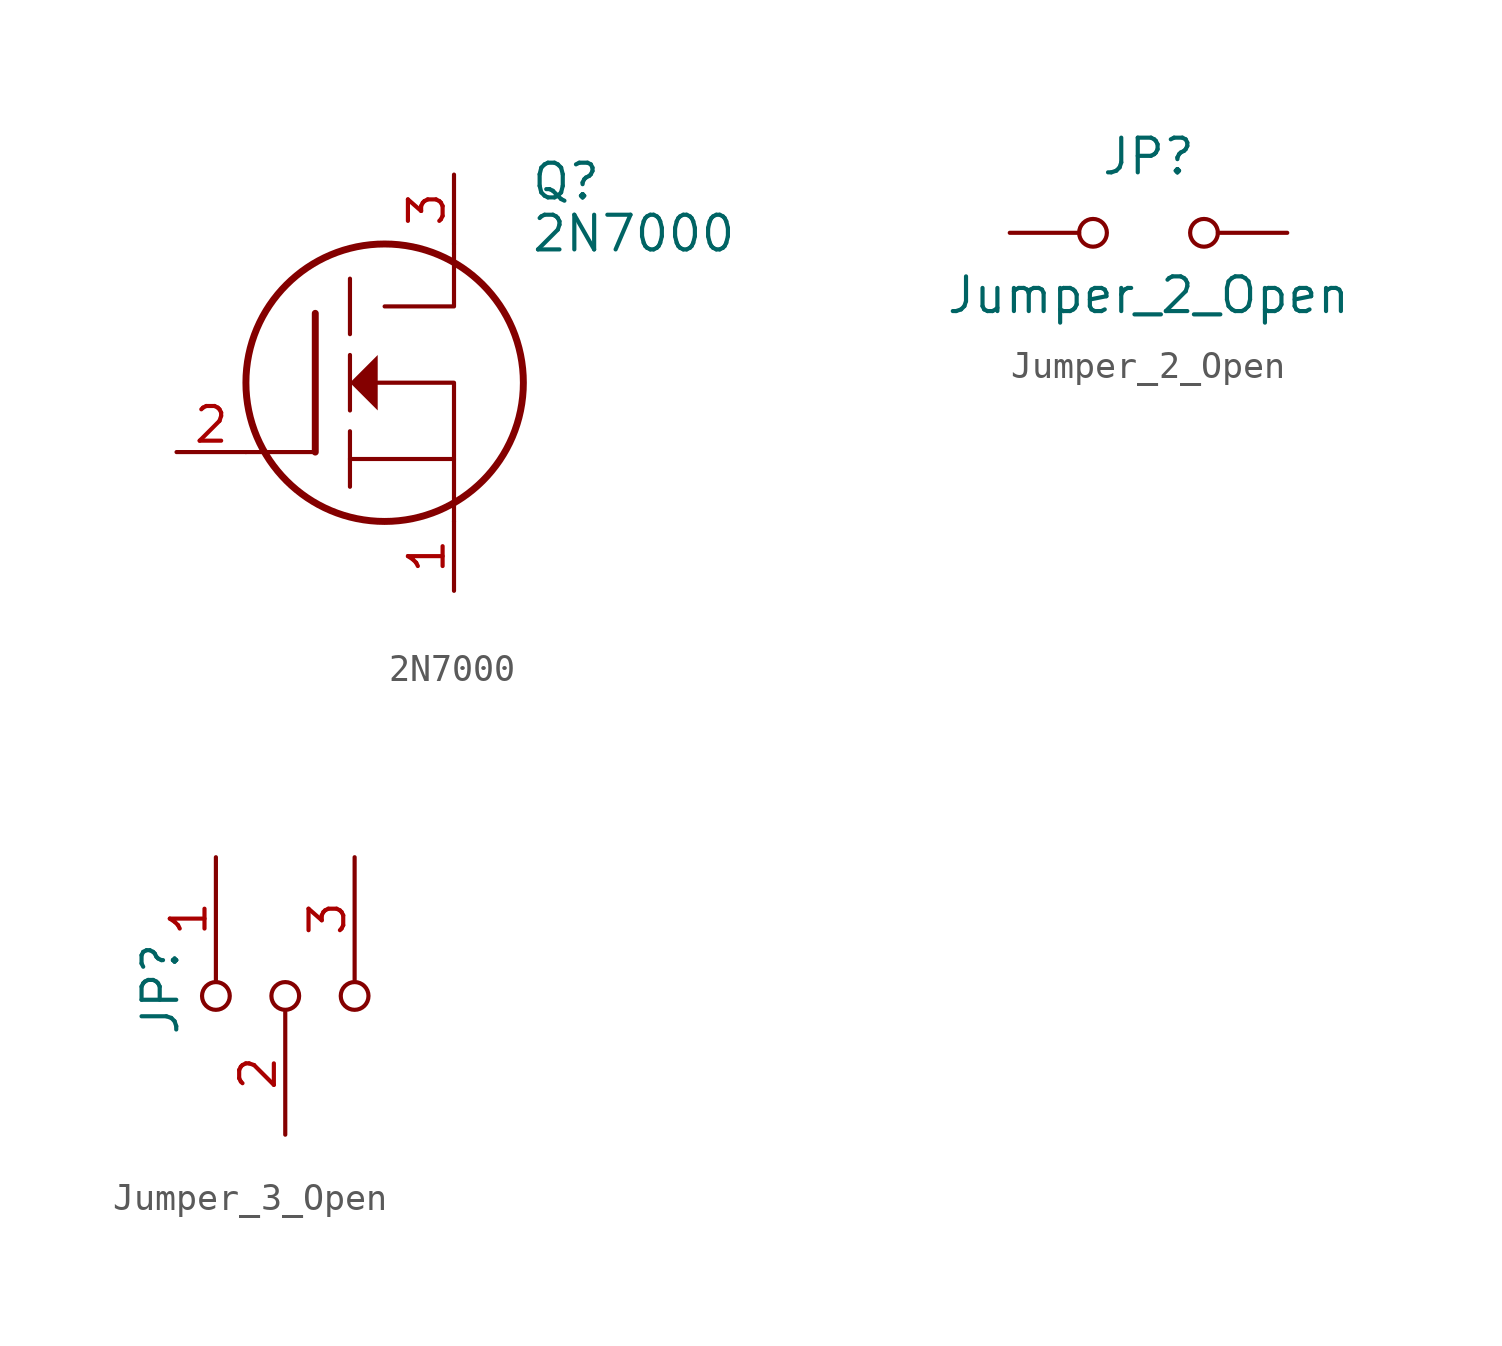
<source format=kicad_sym>
(kicad_symbol_lib
  (version 20240819)
  (generator "kicad_symbol_editor")
  (generator_version "8.99")
  (symbol "2N7000"
    (pin_names
      (hide yes))
    (property "Reference" "Q"
      (at 5.334 7.366 0)
      (effects (font (size 1.27 1.27)) (justify left)))
    (property "Value" "2N7000"
      (at 5.334 5.461 0)
      (effects (font (size 1.27 1.27)) (justify left)))
    (symbol "2N7000_0_1"
      (polyline (pts (xy -2.54 2.54) (xy -2.54 -2.54)) (stroke (width 0.254) (type default)) (fill (type none)))
      (polyline (pts (xy -2.54 -2.54) (xy -5.08 -2.54)) (stroke (width 0) (type default)) (fill (type none)))
      (circle (center 0 0) (radius 5.08) (stroke (width 0.254) (type default)) (fill (type none)))
      (polyline (pts (xy 2.54 5.08) (xy 2.54 2.794) (xy 0 2.794)) (stroke (width 0) (type default)) (fill (type none)))
      (polyline (pts (xy 2.54 -2.794) (xy 2.54 0) (xy -0.254 0)) (stroke (width 0) (type default)) (fill (type none)))
      (polyline (pts (xy 2.54 -5.08) (xy 2.54 -2.794) (xy -1.27 -2.794)) (stroke (width 0) (type default)) (fill (type none))))
    (symbol "2N7000_1_1"
      (polyline (pts (xy -1.27 3.81) (xy -1.27 1.778)) (stroke (width 0) (type default)) (fill (type none)))
      (polyline (pts (xy -1.27 1.016) (xy -1.27 -1.016)) (stroke (width 0) (type default)) (fill (type none)))
      (polyline (pts (xy -1.27 0) (xy -0.254 1.016) (xy -0.254 -1.016) (xy -1.27 0)) (stroke (width -0.0001) (type default)) (fill (type outline)))
      (polyline (pts (xy -1.27 -1.778) (xy -1.27 -3.81)) (stroke (width 0) (type default)) (fill (type none)))
      (pin input line (at -7.62 -2.54 0) (length 2.54) (name "G" (effects (font (size 1.27 1.27)))) (number "2" (effects (font (size 1.27 1.27)))))
      (pin passive line (at 2.54 7.62 270) (length 2.54) (name "D" (effects (font (size 1.27 1.27)))) (number "3" (effects (font (size 1.27 1.27)))))
      (pin passive line (at 2.54 -7.62 90) (length 2.54) (name "S" (effects (font (size 1.27 1.27)))) (number "1" (effects (font (size 1.27 1.27)))))))
  (symbol "Jumper_2_Open"
    (pin_numbers
      (hide yes))
    (pin_names
      (offset 0)
      (hide yes))
    (property "Reference" "JP"
      (at 0 2.794 0)
      (effects (font (size 1.27 1.27))))
    (property "Value" "Jumper_2_Open"
      (at 0 -2.286 0)
      (effects (font (size 1.27 1.27))))
    (symbol "Jumper_2_Open_0_0"
      (circle (center -2.032 0) (radius 0.508) (stroke (width 0) (type default)) (fill (type none)))
      (circle (center 2.032 0) (radius 0.508) (stroke (width 0) (type default)) (fill (type none))))
    (symbol "Jumper_2_Open_1_1"
      (pin passive line (at -5.08 0 0) (length 2.54) (name "A" (effects (font (size 1.27 1.27)))) (number "1" (effects (font (size 1.27 1.27)))))
      (pin passive line (at 5.08 0 180) (length 2.54) (name "B" (effects (font (size 1.27 1.27)))) (number "2" (effects (font (size 1.27 1.27)))))))
  (symbol "Jumper_3_Open"
    (pin_names
      (offset 0)
      (hide yes))
    (property "Reference" "JP"
      (at -4.572 0.254 90)
      (effects (font (size 1.27 1.27))))
    (symbol "Jumper_3_Open_0_0"
      (circle (center -2.54 0) (radius 0.508) (stroke (width 0) (type default)) (fill (type none)))
      (circle (center 0 0) (radius 0.508) (stroke (width 0) (type default)) (fill (type none)))
      (circle (center 2.54 0) (radius 0.508) (stroke (width 0) (type default)) (fill (type none))))
    (symbol "Jumper_3_Open_1_1"
      (pin passive line (at -2.54 5.08 270) (length 4.496) (name "A" (effects (font (size 1.27 1.27)))) (number "1" (effects (font (size 1.27 1.27)))))
      (pin passive line (at 0 -5.08 90) (length 4.496) (name "C" (effects (font (size 1.27 1.27)))) (number "2" (effects (font (size 1.27 1.27)))))
      (pin passive line (at 2.54 5.08 270) (length 4.496) (name "B" (effects (font (size 1.27 1.27)))) (number "3" (effects (font (size 1.27 1.27))))))))
</source>
